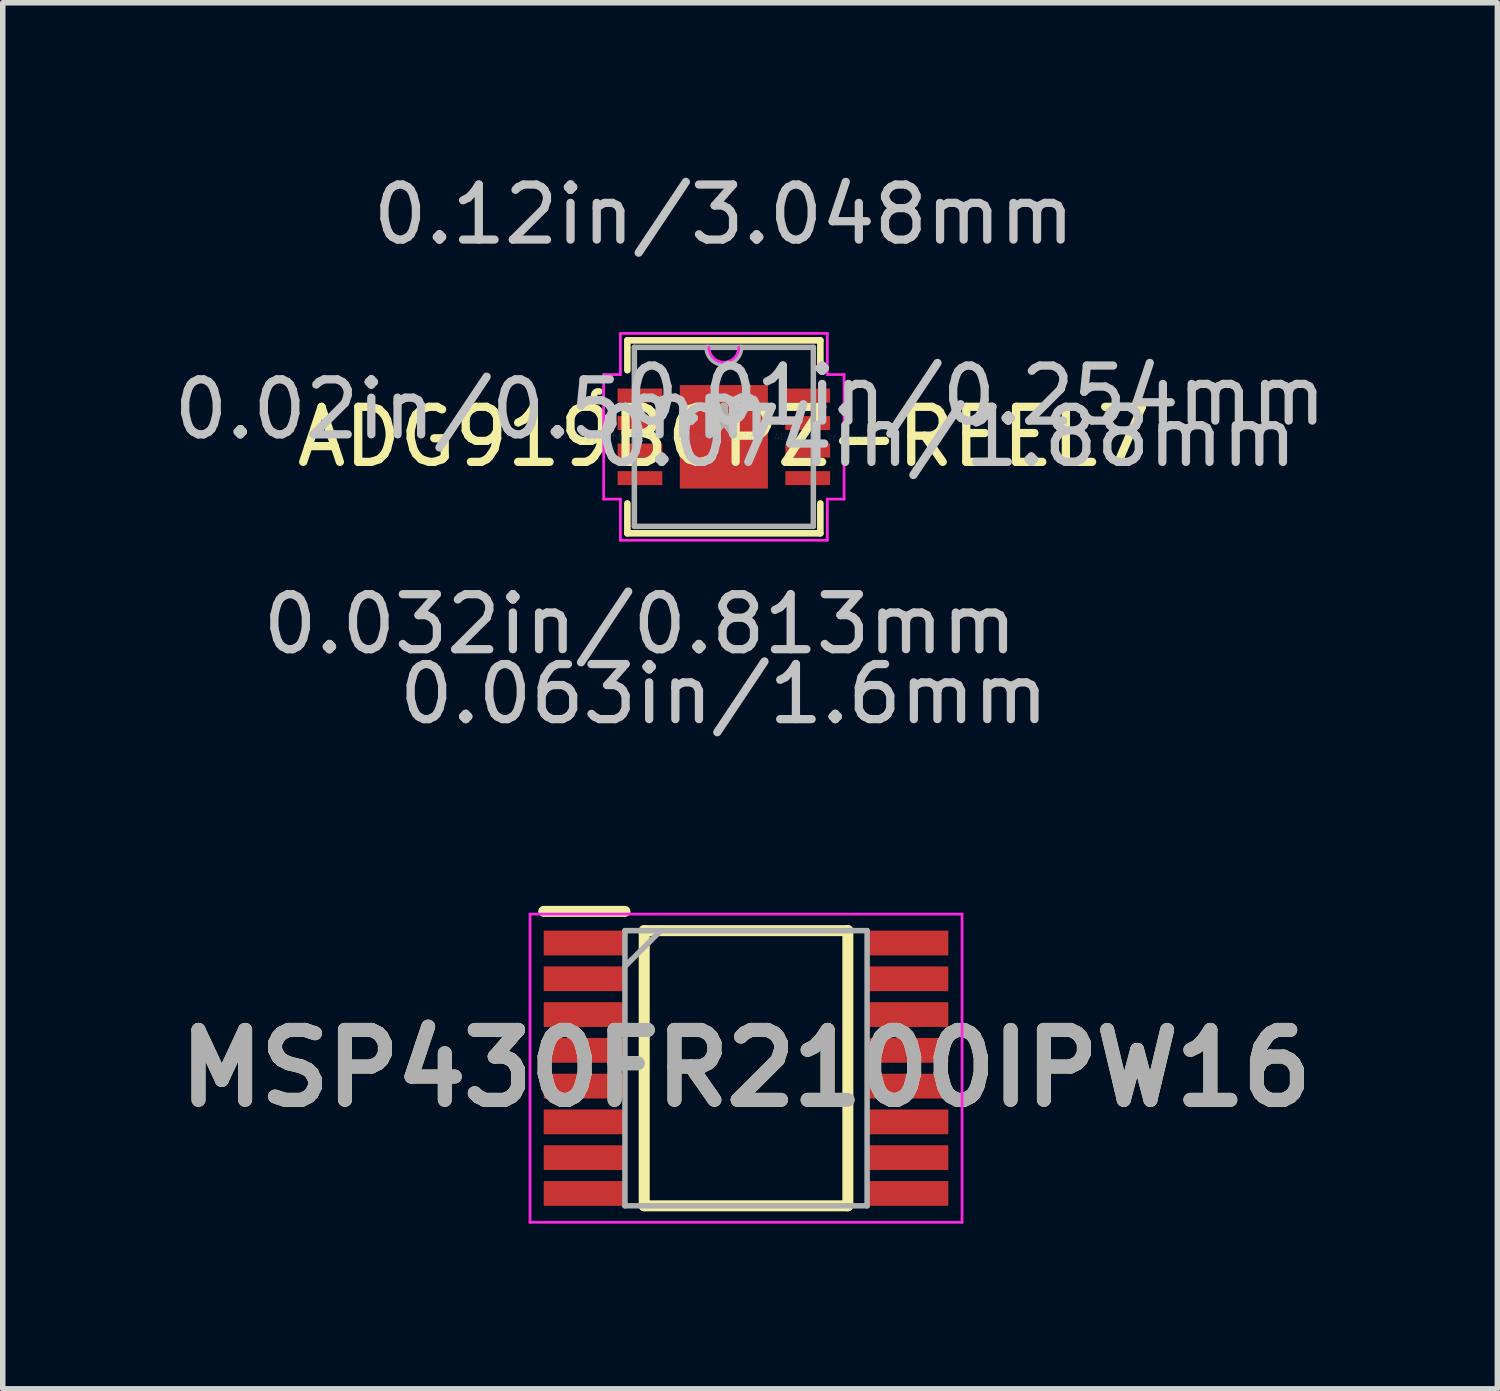
<source format=kicad_pcb>
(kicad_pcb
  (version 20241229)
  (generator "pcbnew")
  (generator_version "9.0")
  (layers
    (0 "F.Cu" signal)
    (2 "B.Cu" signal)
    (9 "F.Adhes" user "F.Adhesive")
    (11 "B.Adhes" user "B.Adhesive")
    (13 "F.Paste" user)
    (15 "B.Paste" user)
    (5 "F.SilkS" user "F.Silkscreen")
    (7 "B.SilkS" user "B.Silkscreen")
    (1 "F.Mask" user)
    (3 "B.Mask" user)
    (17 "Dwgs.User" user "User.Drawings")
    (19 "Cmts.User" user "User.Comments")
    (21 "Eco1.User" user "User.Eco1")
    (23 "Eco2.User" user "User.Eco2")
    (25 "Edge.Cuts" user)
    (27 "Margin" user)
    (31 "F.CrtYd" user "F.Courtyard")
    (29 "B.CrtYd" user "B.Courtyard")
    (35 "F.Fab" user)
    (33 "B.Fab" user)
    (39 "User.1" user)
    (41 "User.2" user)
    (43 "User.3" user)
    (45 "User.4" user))
  (footprint "ADG919BCPZ-REEL7"
    (layer "F.Cu")
    (at 10.102 4.887)
    (property "Reference" "ADG919BCPZ-REEL7" (at 0 0 0) (layer "F.SilkS") (effects (font (size 1 1) (thickness 0.15))))
    (attr through_hole)
    (fp_line (start -1.753 -1.753) (end -1.753 -1.21) (stroke (width 0.12) (type solid)) (layer "F.SilkS"))
    (fp_line (start -1.753 1.21) (end -1.753 1.753) (stroke (width 0.12) (type solid)) (layer "F.SilkS"))
    (fp_line (start -1.753 1.753) (end 1.753 1.753) (stroke (width 0.12) (type solid)) (layer "F.SilkS"))
    (fp_line (start 1.753 -1.753) (end -1.753 -1.753) (stroke (width 0.12) (type solid)) (layer "F.SilkS"))
    (fp_line (start 1.753 -1.21) (end 1.753 -1.753) (stroke (width 0.12) (type solid)) (layer "F.SilkS"))
    (fp_line (start 1.753 1.753) (end 1.753 1.21) (stroke (width 0.12) (type solid)) (layer "F.SilkS"))
    (fp_arc (start -2.26314 -0.676171) (mid -2.3582 -0.75) (end -2.26314 -0.823829) (stroke (width 0.12) (type solid)) (layer "F.SilkS"))
    (fp_line (start -2.184 -1.131) (end -1.88 -1.131) (stroke (width 0.05) (type solid)) (layer "F.CrtYd"))
    (fp_line (start -2.184 1.131) (end -2.184 -1.131) (stroke (width 0.05) (type solid)) (layer "F.CrtYd"))
    (fp_line (start -1.88 -1.88) (end 1.88 -1.88) (stroke (width 0.05) (type solid)) (layer "F.CrtYd"))
    (fp_line (start -1.88 -1.131) (end -1.88 -1.88) (stroke (width 0.05) (type solid)) (layer "F.CrtYd"))
    (fp_line (start -1.88 1.131) (end -2.184 1.131) (stroke (width 0.05) (type solid)) (layer "F.CrtYd"))
    (fp_line (start -1.88 1.88) (end -1.88 1.131) (stroke (width 0.05) (type solid)) (layer "F.CrtYd"))
    (fp_line (start 1.88 -1.88) (end 1.88 -1.131) (stroke (width 0.05) (type solid)) (layer "F.CrtYd"))
    (fp_line (start 1.88 -1.131) (end 2.184 -1.131) (stroke (width 0.05) (type solid)) (layer "F.CrtYd"))
    (fp_line (start 1.88 1.131) (end 1.88 1.88) (stroke (width 0.05) (type solid)) (layer "F.CrtYd"))
    (fp_line (start 1.88 1.88) (end -1.88 1.88) (stroke (width 0.05) (type solid)) (layer "F.CrtYd"))
    (fp_line (start 2.184 -1.131) (end 2.184 1.131) (stroke (width 0.05) (type solid)) (layer "F.CrtYd"))
    (fp_line (start 2.184 1.131) (end 1.88 1.131) (stroke (width 0.05) (type solid)) (layer "F.CrtYd"))
    (fp_arc (start 0.270933 -1.6256) (mid 0 -1.354667) (end -0.270933 -1.6256) (stroke (width 0.05) (type solid)) (layer "F.CrtYd"))
    (fp_line (start -1.626 -1.626) (end -1.626 1.626) (stroke (width 0.1) (type solid)) (layer "F.Fab"))
    (fp_line (start -1.626 1.626) (end 1.626 1.626) (stroke (width 0.1) (type solid)) (layer "F.Fab"))
    (fp_line (start 1.626 -1.626) (end -1.626 -1.626) (stroke (width 0.1) (type solid)) (layer "F.Fab"))
    (fp_line (start 1.626 1.626) (end 1.626 -1.626) (stroke (width 0.1) (type solid)) (layer "F.Fab"))
    (fp_arc (start 0.3048 -1.6256) (mid 0 -1.3208) (end -0.3048 -1.6256) (stroke (width 0.1) (type solid)) (layer "F.Fab"))
    (fp_text user "*" (at 0 0 0) (layer "F.SilkS") (effects (font (size 1 1) (thickness 0.15))))
    (fp_text user "0.01in/0.254mm" (at 4.572 -0.75 0) (layer "Dwgs.User") (effects (font (size 1 1) (thickness 0.15))))
    (fp_text user "0.063in/1.6mm" (at 0 4.674 0) (layer "Dwgs.User") (effects (font (size 1 1) (thickness 0.15))))
    (fp_text user "0.12in/3.048mm" (at 0 -4.039 0) (layer "Dwgs.User") (effects (font (size 1 1) (thickness 0.15))))
    (fp_text user "0.074in/1.88mm" (at 4.039 0 0) (layer "Dwgs.User") (effects (font (size 1 1) (thickness 0.15))))
    (fp_text user "0.032in/0.813mm" (at -1.524 3.404 0) (layer "Dwgs.User") (effects (font (size 1 1) (thickness 0.15))))
    (fp_text user "0.02in/0.5mm" (at -4.572 -0.5 0) (layer "Dwgs.User") (effects (font (size 1 1) (thickness 0.15))))
    (fp_text user "Copyright 2021 Accelerated Designs. All rights reserved." (at 0 0 0) (layer "Cmts.User") (effects (font (size 0.127 0.127) (thickness 0.002))))
    (fp_text user "*" (at 0 0 0) (layer "F.Fab") (effects (font (size 1 1) (thickness 0.15))))
    (pad "1" smd rect (at -1.524 -0.75) (size 0.813 0.254) (layers "F.Cu" "F.Mask" "F.Paste"))
    (pad "2" smd rect (at -1.524 -0.25) (size 0.813 0.254) (layers "F.Cu" "F.Mask" "F.Paste"))
    (pad "3" smd rect (at -1.524 0.25) (size 0.813 0.254) (layers "F.Cu" "F.Mask" "F.Paste"))
    (pad "4" smd rect (at -1.524 0.75) (size 0.813 0.254) (layers "F.Cu" "F.Mask" "F.Paste"))
    (pad "5" smd rect (at 1.524 0.75) (size 0.813 0.254) (layers "F.Cu" "F.Mask" "F.Paste"))
    (pad "6" smd rect (at 1.524 0.25) (size 0.813 0.254) (layers "F.Cu" "F.Mask" "F.Paste"))
    (pad "7" smd rect (at 1.524 -0.25) (size 0.813 0.254) (layers "F.Cu" "F.Mask" "F.Paste"))
    (pad "8" smd rect (at 1.524 -0.75) (size 0.813 0.254) (layers "F.Cu" "F.Mask" "F.Paste"))
    (pad "9" smd rect (at 0 0) (size 1.6 1.88) (layers "F.Cu" "F.Mask" "F.Paste")))
  (footprint "MSP430FR2100IPW16"
    (layer "F.Cu")
    (at 10.505 16.359)
    (property "Reference" "MSP430FR2100IPW16" (at 0 0 0) (layer "F.SilkS") (effects (font (size 1.27 1.27) (thickness 0.254))))
    (attr smd)
    (fp_line (start -3.675 -2.85) (end -2.2 -2.85) (stroke (width 0.2) (type solid)) (layer "F.SilkS"))
    (fp_line (start -1.85 -2.5) (end 1.85 -2.5) (stroke (width 0.2) (type solid)) (layer "F.SilkS"))
    (fp_line (start -1.85 2.5) (end -1.85 -2.5) (stroke (width 0.2) (type solid)) (layer "F.SilkS"))
    (fp_line (start 1.85 -2.5) (end 1.85 2.5) (stroke (width 0.2) (type solid)) (layer "F.SilkS"))
    (fp_line (start 1.85 2.5) (end -1.85 2.5) (stroke (width 0.2) (type solid)) (layer "F.SilkS"))
    (fp_line (start -3.925 -2.8) (end 3.925 -2.8) (stroke (width 0.05) (type solid)) (layer "F.CrtYd"))
    (fp_line (start -3.925 2.8) (end -3.925 -2.8) (stroke (width 0.05) (type solid)) (layer "F.CrtYd"))
    (fp_line (start 3.925 -2.8) (end 3.925 2.8) (stroke (width 0.05) (type solid)) (layer "F.CrtYd"))
    (fp_line (start 3.925 2.8) (end -3.925 2.8) (stroke (width 0.05) (type solid)) (layer "F.CrtYd"))
    (fp_line (start -2.2 -2.5) (end 2.2 -2.5) (stroke (width 0.1) (type solid)) (layer "F.Fab"))
    (fp_line (start -2.2 -1.85) (end -1.55 -2.5) (stroke (width 0.1) (type solid)) (layer "F.Fab"))
    (fp_line (start -2.2 2.5) (end -2.2 -2.5) (stroke (width 0.1) (type solid)) (layer "F.Fab"))
    (fp_line (start 2.2 -2.5) (end 2.2 2.5) (stroke (width 0.1) (type solid)) (layer "F.Fab"))
    (fp_line (start 2.2 2.5) (end -2.2 2.5) (stroke (width 0.1) (type solid)) (layer "F.Fab"))
    (fp_text user "${REFERENCE}" (at 0 0 0) (layer "F.Fab") (effects (font (size 1.27 1.27) (thickness 0.254))))
    (pad "1" smd rect (at -2.938 -2.275 90) (size 0.45 1.475) (layers "F.Cu" "F.Mask" "F.Paste"))
    (pad "2" smd rect (at -2.938 -1.625 90) (size 0.45 1.475) (layers "F.Cu" "F.Mask" "F.Paste"))
    (pad "3" smd rect (at -2.938 -0.975 90) (size 0.45 1.475) (layers "F.Cu" "F.Mask" "F.Paste"))
    (pad "4" smd rect (at -2.938 -0.325 90) (size 0.45 1.475) (layers "F.Cu" "F.Mask" "F.Paste"))
    (pad "5" smd rect (at -2.938 0.325 90) (size 0.45 1.475) (layers "F.Cu" "F.Mask" "F.Paste"))
    (pad "6" smd rect (at -2.938 0.975 90) (size 0.45 1.475) (layers "F.Cu" "F.Mask" "F.Paste"))
    (pad "7" smd rect (at -2.938 1.625 90) (size 0.45 1.475) (layers "F.Cu" "F.Mask" "F.Paste"))
    (pad "8" smd rect (at -2.938 2.275 90) (size 0.45 1.475) (layers "F.Cu" "F.Mask" "F.Paste"))
    (pad "9" smd rect (at 2.938 2.275 90) (size 0.45 1.475) (layers "F.Cu" "F.Mask" "F.Paste"))
    (pad "10" smd rect (at 2.938 1.625 90) (size 0.45 1.475) (layers "F.Cu" "F.Mask" "F.Paste"))
    (pad "11" smd rect (at 2.938 0.975 90) (size 0.45 1.475) (layers "F.Cu" "F.Mask" "F.Paste"))
    (pad "12" smd rect (at 2.938 0.325 90) (size 0.45 1.475) (layers "F.Cu" "F.Mask" "F.Paste"))
    (pad "13" smd rect (at 2.938 -0.325 90) (size 0.45 1.475) (layers "F.Cu" "F.Mask" "F.Paste"))
    (pad "14" smd rect (at 2.938 -0.975 90) (size 0.45 1.475) (layers "F.Cu" "F.Mask" "F.Paste"))
    (pad "15" smd rect (at 2.938 -1.625 90) (size 0.45 1.475) (layers "F.Cu" "F.Mask" "F.Paste"))
    (pad "16" smd rect (at 2.938 -2.275 90) (size 0.45 1.475) (layers "F.Cu" "F.Mask" "F.Paste")))
  (gr_rect
    (start -3 -3)
    (end 24.156 22.184)
    (stroke (width 0.1) (type default))
    (fill no)
    (layer "Edge.Cuts")))
</source>
